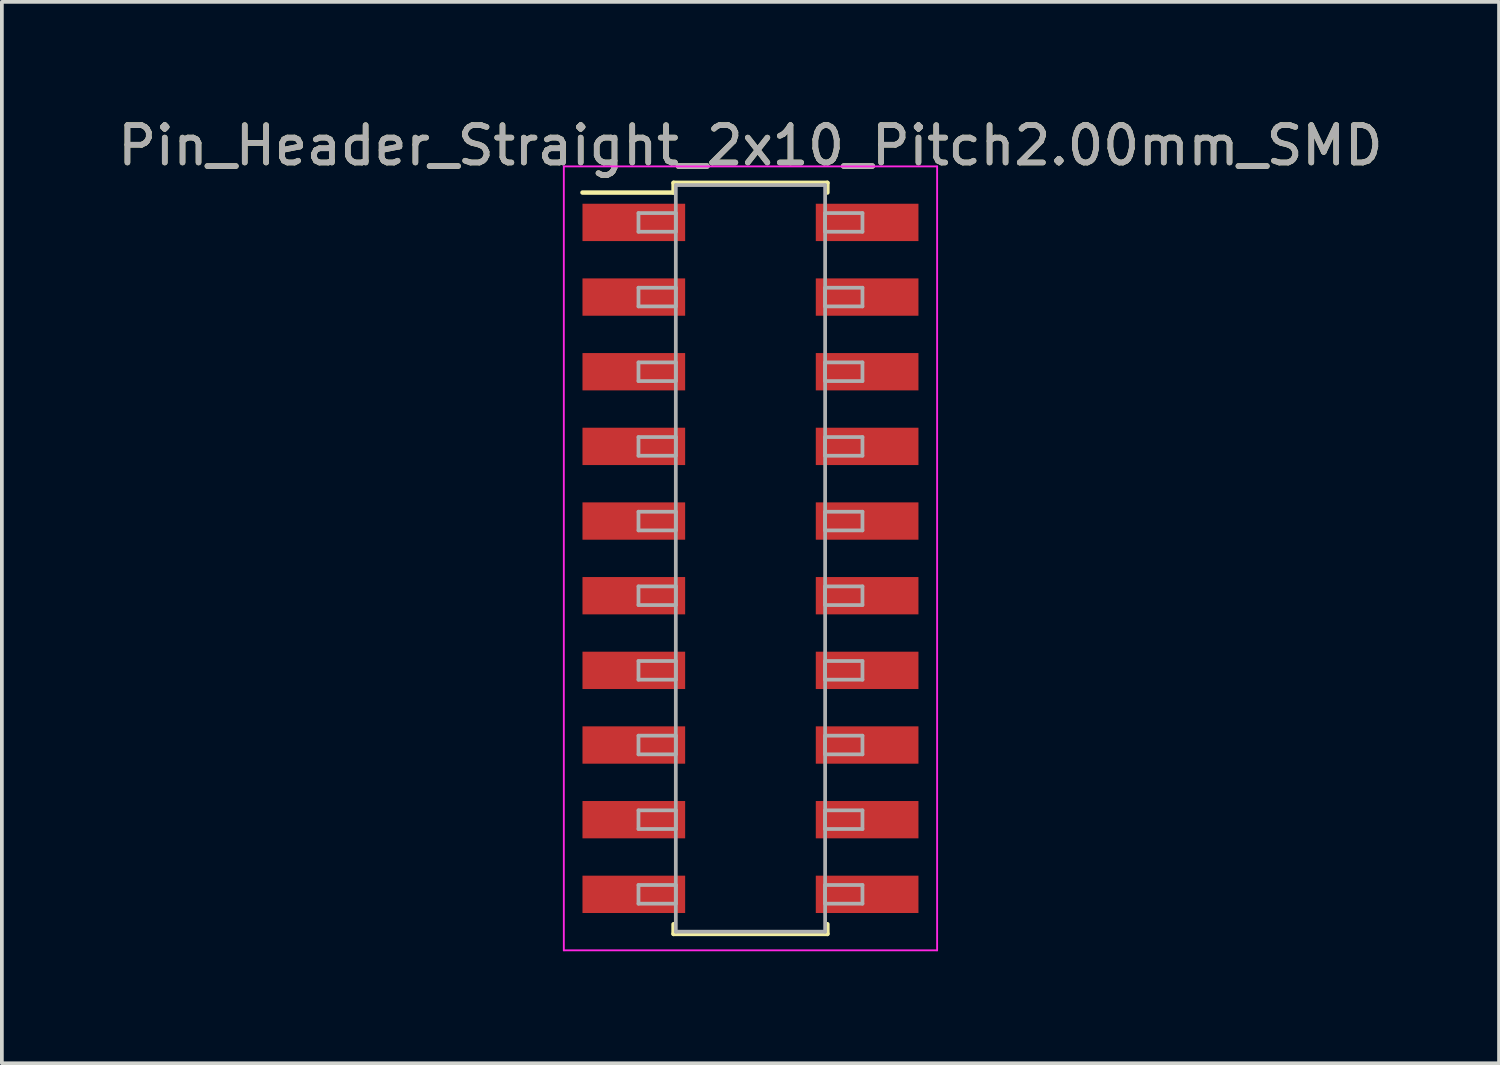
<source format=kicad_pcb>
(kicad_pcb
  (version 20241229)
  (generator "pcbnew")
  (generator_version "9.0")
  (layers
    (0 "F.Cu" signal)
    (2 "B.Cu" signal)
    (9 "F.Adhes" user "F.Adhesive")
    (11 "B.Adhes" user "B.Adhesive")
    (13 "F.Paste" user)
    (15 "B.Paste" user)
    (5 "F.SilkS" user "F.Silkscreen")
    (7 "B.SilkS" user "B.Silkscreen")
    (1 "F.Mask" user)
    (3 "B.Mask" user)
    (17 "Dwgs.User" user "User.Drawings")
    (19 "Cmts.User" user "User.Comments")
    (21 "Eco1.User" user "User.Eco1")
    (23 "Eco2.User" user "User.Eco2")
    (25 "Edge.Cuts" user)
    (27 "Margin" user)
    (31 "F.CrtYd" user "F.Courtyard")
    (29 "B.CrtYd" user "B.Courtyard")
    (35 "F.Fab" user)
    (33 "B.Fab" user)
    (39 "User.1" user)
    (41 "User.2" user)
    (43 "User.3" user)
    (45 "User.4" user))
  (footprint "Pin_Header_Straight_2x10_Pitch2.00mm_SMD"
    (layer "F.Cu")
    (at 17.054 11.908)
    (property "Reference" "Pin_Header_Straight_2x10_Pitch2.00mm_SMD" (at 0 -11.06 0) (layer "F.SilkS") (effects (font (size 1 1) (thickness 0.15))))
    (attr smd)
    (fp_line (start -4.5 -9.8) (end -2.06 -9.8) (stroke (width 0.12) (type solid)) (layer "F.SilkS"))
    (fp_line (start -2.06 -10.06) (end 2.06 -10.06) (stroke (width 0.12) (type solid)) (layer "F.SilkS"))
    (fp_line (start -2.06 -9.8) (end -2.06 -10.06) (stroke (width 0.12) (type solid)) (layer "F.SilkS"))
    (fp_line (start -2.06 9.8) (end -2.06 10.06) (stroke (width 0.12) (type solid)) (layer "F.SilkS"))
    (fp_line (start -2.06 10.06) (end 2.06 10.06) (stroke (width 0.12) (type solid)) (layer "F.SilkS"))
    (fp_line (start 2.06 -10.06) (end 2.06 -9.8) (stroke (width 0.12) (type solid)) (layer "F.SilkS"))
    (fp_line (start 2.06 10.06) (end 2.06 9.8) (stroke (width 0.12) (type solid)) (layer "F.SilkS"))
    (fp_line (start -5 -10.5) (end -5 10.5) (stroke (width 0.05) (type solid)) (layer "F.CrtYd"))
    (fp_line (start -5 10.5) (end 5 10.5) (stroke (width 0.05) (type solid)) (layer "F.CrtYd"))
    (fp_line (start 5 -10.5) (end -5 -10.5) (stroke (width 0.05) (type solid)) (layer "F.CrtYd"))
    (fp_line (start 5 10.5) (end 5 -10.5) (stroke (width 0.05) (type solid)) (layer "F.CrtYd"))
    (fp_line (start -3 -9.25) (end -2 -9.25) (stroke (width 0.1) (type solid)) (layer "F.Fab"))
    (fp_line (start -3 -8.75) (end -3 -9.25) (stroke (width 0.1) (type solid)) (layer "F.Fab"))
    (fp_line (start -3 -7.25) (end -2 -7.25) (stroke (width 0.1) (type solid)) (layer "F.Fab"))
    (fp_line (start -3 -6.75) (end -3 -7.25) (stroke (width 0.1) (type solid)) (layer "F.Fab"))
    (fp_line (start -3 -5.25) (end -2 -5.25) (stroke (width 0.1) (type solid)) (layer "F.Fab"))
    (fp_line (start -3 -4.75) (end -3 -5.25) (stroke (width 0.1) (type solid)) (layer "F.Fab"))
    (fp_line (start -3 -3.25) (end -2 -3.25) (stroke (width 0.1) (type solid)) (layer "F.Fab"))
    (fp_line (start -3 -2.75) (end -3 -3.25) (stroke (width 0.1) (type solid)) (layer "F.Fab"))
    (fp_line (start -3 -1.25) (end -2 -1.25) (stroke (width 0.1) (type solid)) (layer "F.Fab"))
    (fp_line (start -3 -0.75) (end -3 -1.25) (stroke (width 0.1) (type solid)) (layer "F.Fab"))
    (fp_line (start -3 0.75) (end -2 0.75) (stroke (width 0.1) (type solid)) (layer "F.Fab"))
    (fp_line (start -3 1.25) (end -3 0.75) (stroke (width 0.1) (type solid)) (layer "F.Fab"))
    (fp_line (start -3 2.75) (end -2 2.75) (stroke (width 0.1) (type solid)) (layer "F.Fab"))
    (fp_line (start -3 3.25) (end -3 2.75) (stroke (width 0.1) (type solid)) (layer "F.Fab"))
    (fp_line (start -3 4.75) (end -2 4.75) (stroke (width 0.1) (type solid)) (layer "F.Fab"))
    (fp_line (start -3 5.25) (end -3 4.75) (stroke (width 0.1) (type solid)) (layer "F.Fab"))
    (fp_line (start -3 6.75) (end -2 6.75) (stroke (width 0.1) (type solid)) (layer "F.Fab"))
    (fp_line (start -3 7.25) (end -3 6.75) (stroke (width 0.1) (type solid)) (layer "F.Fab"))
    (fp_line (start -3 8.75) (end -2 8.75) (stroke (width 0.1) (type solid)) (layer "F.Fab"))
    (fp_line (start -3 9.25) (end -3 8.75) (stroke (width 0.1) (type solid)) (layer "F.Fab"))
    (fp_line (start -2 -10) (end -2 10) (stroke (width 0.1) (type solid)) (layer "F.Fab"))
    (fp_line (start -2 -9.25) (end -2 -8.75) (stroke (width 0.1) (type solid)) (layer "F.Fab"))
    (fp_line (start -2 -8.75) (end -3 -8.75) (stroke (width 0.1) (type solid)) (layer "F.Fab"))
    (fp_line (start -2 -7.25) (end -2 -6.75) (stroke (width 0.1) (type solid)) (layer "F.Fab"))
    (fp_line (start -2 -6.75) (end -3 -6.75) (stroke (width 0.1) (type solid)) (layer "F.Fab"))
    (fp_line (start -2 -5.25) (end -2 -4.75) (stroke (width 0.1) (type solid)) (layer "F.Fab"))
    (fp_line (start -2 -4.75) (end -3 -4.75) (stroke (width 0.1) (type solid)) (layer "F.Fab"))
    (fp_line (start -2 -3.25) (end -2 -2.75) (stroke (width 0.1) (type solid)) (layer "F.Fab"))
    (fp_line (start -2 -2.75) (end -3 -2.75) (stroke (width 0.1) (type solid)) (layer "F.Fab"))
    (fp_line (start -2 -1.25) (end -2 -0.75) (stroke (width 0.1) (type solid)) (layer "F.Fab"))
    (fp_line (start -2 -0.75) (end -3 -0.75) (stroke (width 0.1) (type solid)) (layer "F.Fab"))
    (fp_line (start -2 0.75) (end -2 1.25) (stroke (width 0.1) (type solid)) (layer "F.Fab"))
    (fp_line (start -2 1.25) (end -3 1.25) (stroke (width 0.1) (type solid)) (layer "F.Fab"))
    (fp_line (start -2 2.75) (end -2 3.25) (stroke (width 0.1) (type solid)) (layer "F.Fab"))
    (fp_line (start -2 3.25) (end -3 3.25) (stroke (width 0.1) (type solid)) (layer "F.Fab"))
    (fp_line (start -2 4.75) (end -2 5.25) (stroke (width 0.1) (type solid)) (layer "F.Fab"))
    (fp_line (start -2 5.25) (end -3 5.25) (stroke (width 0.1) (type solid)) (layer "F.Fab"))
    (fp_line (start -2 6.75) (end -2 7.25) (stroke (width 0.1) (type solid)) (layer "F.Fab"))
    (fp_line (start -2 7.25) (end -3 7.25) (stroke (width 0.1) (type solid)) (layer "F.Fab"))
    (fp_line (start -2 8.75) (end -2 9.25) (stroke (width 0.1) (type solid)) (layer "F.Fab"))
    (fp_line (start -2 9.25) (end -3 9.25) (stroke (width 0.1) (type solid)) (layer "F.Fab"))
    (fp_line (start -2 10) (end 2 10) (stroke (width 0.1) (type solid)) (layer "F.Fab"))
    (fp_line (start 2 -10) (end -2 -10) (stroke (width 0.1) (type solid)) (layer "F.Fab"))
    (fp_line (start 2 -9.25) (end 2 -8.75) (stroke (width 0.1) (type solid)) (layer "F.Fab"))
    (fp_line (start 2 -8.75) (end 3 -8.75) (stroke (width 0.1) (type solid)) (layer "F.Fab"))
    (fp_line (start 2 -7.25) (end 2 -6.75) (stroke (width 0.1) (type solid)) (layer "F.Fab"))
    (fp_line (start 2 -6.75) (end 3 -6.75) (stroke (width 0.1) (type solid)) (layer "F.Fab"))
    (fp_line (start 2 -5.25) (end 2 -4.75) (stroke (width 0.1) (type solid)) (layer "F.Fab"))
    (fp_line (start 2 -4.75) (end 3 -4.75) (stroke (width 0.1) (type solid)) (layer "F.Fab"))
    (fp_line (start 2 -3.25) (end 2 -2.75) (stroke (width 0.1) (type solid)) (layer "F.Fab"))
    (fp_line (start 2 -2.75) (end 3 -2.75) (stroke (width 0.1) (type solid)) (layer "F.Fab"))
    (fp_line (start 2 -1.25) (end 2 -0.75) (stroke (width 0.1) (type solid)) (layer "F.Fab"))
    (fp_line (start 2 -0.75) (end 3 -0.75) (stroke (width 0.1) (type solid)) (layer "F.Fab"))
    (fp_line (start 2 0.75) (end 2 1.25) (stroke (width 0.1) (type solid)) (layer "F.Fab"))
    (fp_line (start 2 1.25) (end 3 1.25) (stroke (width 0.1) (type solid)) (layer "F.Fab"))
    (fp_line (start 2 2.75) (end 2 3.25) (stroke (width 0.1) (type solid)) (layer "F.Fab"))
    (fp_line (start 2 3.25) (end 3 3.25) (stroke (width 0.1) (type solid)) (layer "F.Fab"))
    (fp_line (start 2 4.75) (end 2 5.25) (stroke (width 0.1) (type solid)) (layer "F.Fab"))
    (fp_line (start 2 5.25) (end 3 5.25) (stroke (width 0.1) (type solid)) (layer "F.Fab"))
    (fp_line (start 2 6.75) (end 2 7.25) (stroke (width 0.1) (type solid)) (layer "F.Fab"))
    (fp_line (start 2 7.25) (end 3 7.25) (stroke (width 0.1) (type solid)) (layer "F.Fab"))
    (fp_line (start 2 8.75) (end 2 9.25) (stroke (width 0.1) (type solid)) (layer "F.Fab"))
    (fp_line (start 2 9.25) (end 3 9.25) (stroke (width 0.1) (type solid)) (layer "F.Fab"))
    (fp_line (start 2 10) (end 2 -10) (stroke (width 0.1) (type solid)) (layer "F.Fab"))
    (fp_line (start 3 -9.25) (end 2 -9.25) (stroke (width 0.1) (type solid)) (layer "F.Fab"))
    (fp_line (start 3 -8.75) (end 3 -9.25) (stroke (width 0.1) (type solid)) (layer "F.Fab"))
    (fp_line (start 3 -7.25) (end 2 -7.25) (stroke (width 0.1) (type solid)) (layer "F.Fab"))
    (fp_line (start 3 -6.75) (end 3 -7.25) (stroke (width 0.1) (type solid)) (layer "F.Fab"))
    (fp_line (start 3 -5.25) (end 2 -5.25) (stroke (width 0.1) (type solid)) (layer "F.Fab"))
    (fp_line (start 3 -4.75) (end 3 -5.25) (stroke (width 0.1) (type solid)) (layer "F.Fab"))
    (fp_line (start 3 -3.25) (end 2 -3.25) (stroke (width 0.1) (type solid)) (layer "F.Fab"))
    (fp_line (start 3 -2.75) (end 3 -3.25) (stroke (width 0.1) (type solid)) (layer "F.Fab"))
    (fp_line (start 3 -1.25) (end 2 -1.25) (stroke (width 0.1) (type solid)) (layer "F.Fab"))
    (fp_line (start 3 -0.75) (end 3 -1.25) (stroke (width 0.1) (type solid)) (layer "F.Fab"))
    (fp_line (start 3 0.75) (end 2 0.75) (stroke (width 0.1) (type solid)) (layer "F.Fab"))
    (fp_line (start 3 1.25) (end 3 0.75) (stroke (width 0.1) (type solid)) (layer "F.Fab"))
    (fp_line (start 3 2.75) (end 2 2.75) (stroke (width 0.1) (type solid)) (layer "F.Fab"))
    (fp_line (start 3 3.25) (end 3 2.75) (stroke (width 0.1) (type solid)) (layer "F.Fab"))
    (fp_line (start 3 4.75) (end 2 4.75) (stroke (width 0.1) (type solid)) (layer "F.Fab"))
    (fp_line (start 3 5.25) (end 3 4.75) (stroke (width 0.1) (type solid)) (layer "F.Fab"))
    (fp_line (start 3 6.75) (end 2 6.75) (stroke (width 0.1) (type solid)) (layer "F.Fab"))
    (fp_line (start 3 7.25) (end 3 6.75) (stroke (width 0.1) (type solid)) (layer "F.Fab"))
    (fp_line (start 3 8.75) (end 2 8.75) (stroke (width 0.1) (type solid)) (layer "F.Fab"))
    (fp_line (start 3 9.25) (end 3 8.75) (stroke (width 0.1) (type solid)) (layer "F.Fab"))
    (fp_text user "${REFERENCE}" (at 0 -11.06 0) (layer "F.Fab") (effects (font (size 1 1) (thickness 0.15))))
    (pad "1" smd rect (at -3.125 -9) (size 2.75 1) (layers "F.Cu" "F.Mask" "F.Paste"))
    (pad "2" smd rect (at 3.125 -9) (size 2.75 1) (layers "F.Cu" "F.Mask" "F.Paste"))
    (pad "3" smd rect (at -3.125 -7) (size 2.75 1) (layers "F.Cu" "F.Mask" "F.Paste"))
    (pad "4" smd rect (at 3.125 -7) (size 2.75 1) (layers "F.Cu" "F.Mask" "F.Paste"))
    (pad "5" smd rect (at -3.125 -5) (size 2.75 1) (layers "F.Cu" "F.Mask" "F.Paste"))
    (pad "6" smd rect (at 3.125 -5) (size 2.75 1) (layers "F.Cu" "F.Mask" "F.Paste"))
    (pad "7" smd rect (at -3.125 -3) (size 2.75 1) (layers "F.Cu" "F.Mask" "F.Paste"))
    (pad "8" smd rect (at 3.125 -3) (size 2.75 1) (layers "F.Cu" "F.Mask" "F.Paste"))
    (pad "9" smd rect (at -3.125 -1) (size 2.75 1) (layers "F.Cu" "F.Mask" "F.Paste"))
    (pad "10" smd rect (at 3.125 -1) (size 2.75 1) (layers "F.Cu" "F.Mask" "F.Paste"))
    (pad "11" smd rect (at -3.125 1) (size 2.75 1) (layers "F.Cu" "F.Mask" "F.Paste"))
    (pad "12" smd rect (at 3.125 1) (size 2.75 1) (layers "F.Cu" "F.Mask" "F.Paste"))
    (pad "13" smd rect (at -3.125 3) (size 2.75 1) (layers "F.Cu" "F.Mask" "F.Paste"))
    (pad "14" smd rect (at 3.125 3) (size 2.75 1) (layers "F.Cu" "F.Mask" "F.Paste"))
    (pad "15" smd rect (at -3.125 5) (size 2.75 1) (layers "F.Cu" "F.Mask" "F.Paste"))
    (pad "16" smd rect (at 3.125 5) (size 2.75 1) (layers "F.Cu" "F.Mask" "F.Paste"))
    (pad "17" smd rect (at -3.125 7) (size 2.75 1) (layers "F.Cu" "F.Mask" "F.Paste"))
    (pad "18" smd rect (at 3.125 7) (size 2.75 1) (layers "F.Cu" "F.Mask" "F.Paste"))
    (pad "19" smd rect (at -3.125 9) (size 2.75 1) (layers "F.Cu" "F.Mask" "F.Paste"))
    (pad "20" smd rect (at 3.125 9) (size 2.75 1) (layers "F.Cu" "F.Mask" "F.Paste")))
  (gr_rect
    (start -3 -3)
    (end 37.107 25.433)
    (stroke (width 0.1) (type default))
    (fill no)
    (layer "Edge.Cuts")))
</source>
